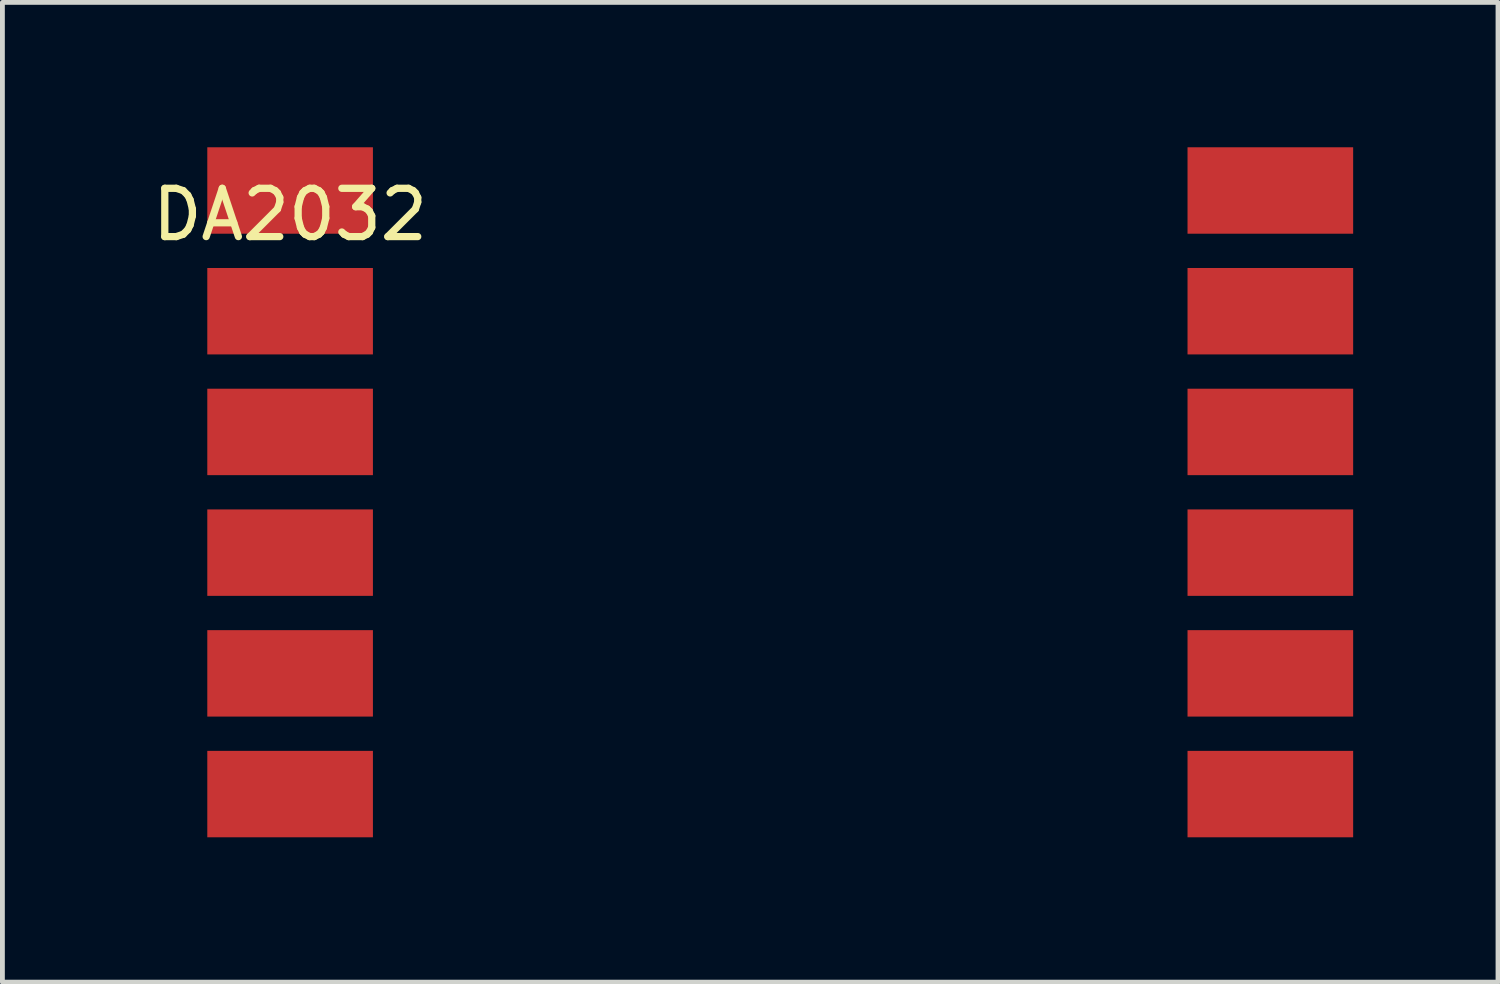
<source format=kicad_pcb>
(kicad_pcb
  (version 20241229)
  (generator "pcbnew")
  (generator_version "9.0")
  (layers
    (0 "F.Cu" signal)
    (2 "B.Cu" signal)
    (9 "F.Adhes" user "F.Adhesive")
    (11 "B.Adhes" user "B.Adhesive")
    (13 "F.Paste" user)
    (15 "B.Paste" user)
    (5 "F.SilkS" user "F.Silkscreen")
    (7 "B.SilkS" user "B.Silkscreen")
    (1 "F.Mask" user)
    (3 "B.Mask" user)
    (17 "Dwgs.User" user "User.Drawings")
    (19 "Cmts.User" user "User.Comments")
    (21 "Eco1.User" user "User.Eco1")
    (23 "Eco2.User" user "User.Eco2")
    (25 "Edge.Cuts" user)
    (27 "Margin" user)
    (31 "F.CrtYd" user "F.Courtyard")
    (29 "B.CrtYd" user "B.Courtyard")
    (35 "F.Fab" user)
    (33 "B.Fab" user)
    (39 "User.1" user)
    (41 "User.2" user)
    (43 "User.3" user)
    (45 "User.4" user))
  (footprint "DA2032"
    (layer "F.Cu")
    (at 2.958 0.895)
    (property "Reference" "DA2032" (at 0 0.5 0) (layer "F.SilkS") (effects (font (size 1 1) (thickness 0.15))))
    (attr through_hole)
    (pad "1" smd rect (at 0 0) (size 3.43 1.79) (layers "F.Cu" "F.Mask" "F.Paste"))
    (pad "2" smd rect (at 0 2.5) (size 3.43 1.79) (layers "F.Cu" "F.Mask" "F.Paste"))
    (pad "3" smd rect (at 0 5) (size 3.43 1.79) (layers "F.Cu" "F.Mask" "F.Paste"))
    (pad "4" smd rect (at 0 7.5) (size 3.43 1.79) (layers "F.Cu" "F.Mask" "F.Paste"))
    (pad "5" smd rect (at 0 10) (size 3.43 1.79) (layers "F.Cu" "F.Mask" "F.Paste"))
    (pad "6" smd rect (at 0 12.5) (size 3.43 1.79) (layers "F.Cu" "F.Mask" "F.Paste"))
    (pad "7" smd rect (at 20.3 12.5) (size 3.43 1.79) (layers "F.Cu" "F.Mask" "F.Paste"))
    (pad "8" smd rect (at 20.3 10) (size 3.43 1.79) (layers "F.Cu" "F.Mask" "F.Paste"))
    (pad "9" smd rect (at 20.3 7.5) (size 3.43 1.79) (layers "F.Cu" "F.Mask" "F.Paste"))
    (pad "10" smd rect (at 20.3 5) (size 3.43 1.79) (layers "F.Cu" "F.Mask" "F.Paste"))
    (pad "11" smd rect (at 20.3 2.5) (size 3.43 1.79) (layers "F.Cu" "F.Mask" "F.Paste"))
    (pad "12" smd rect (at 20.3 0) (size 3.43 1.79) (layers "F.Cu" "F.Mask" "F.Paste")))
  (gr_rect
    (start -3 -3)
    (end 27.973 17.29)
    (stroke (width 0.1) (type default))
    (fill no)
    (layer "Edge.Cuts")))
</source>
